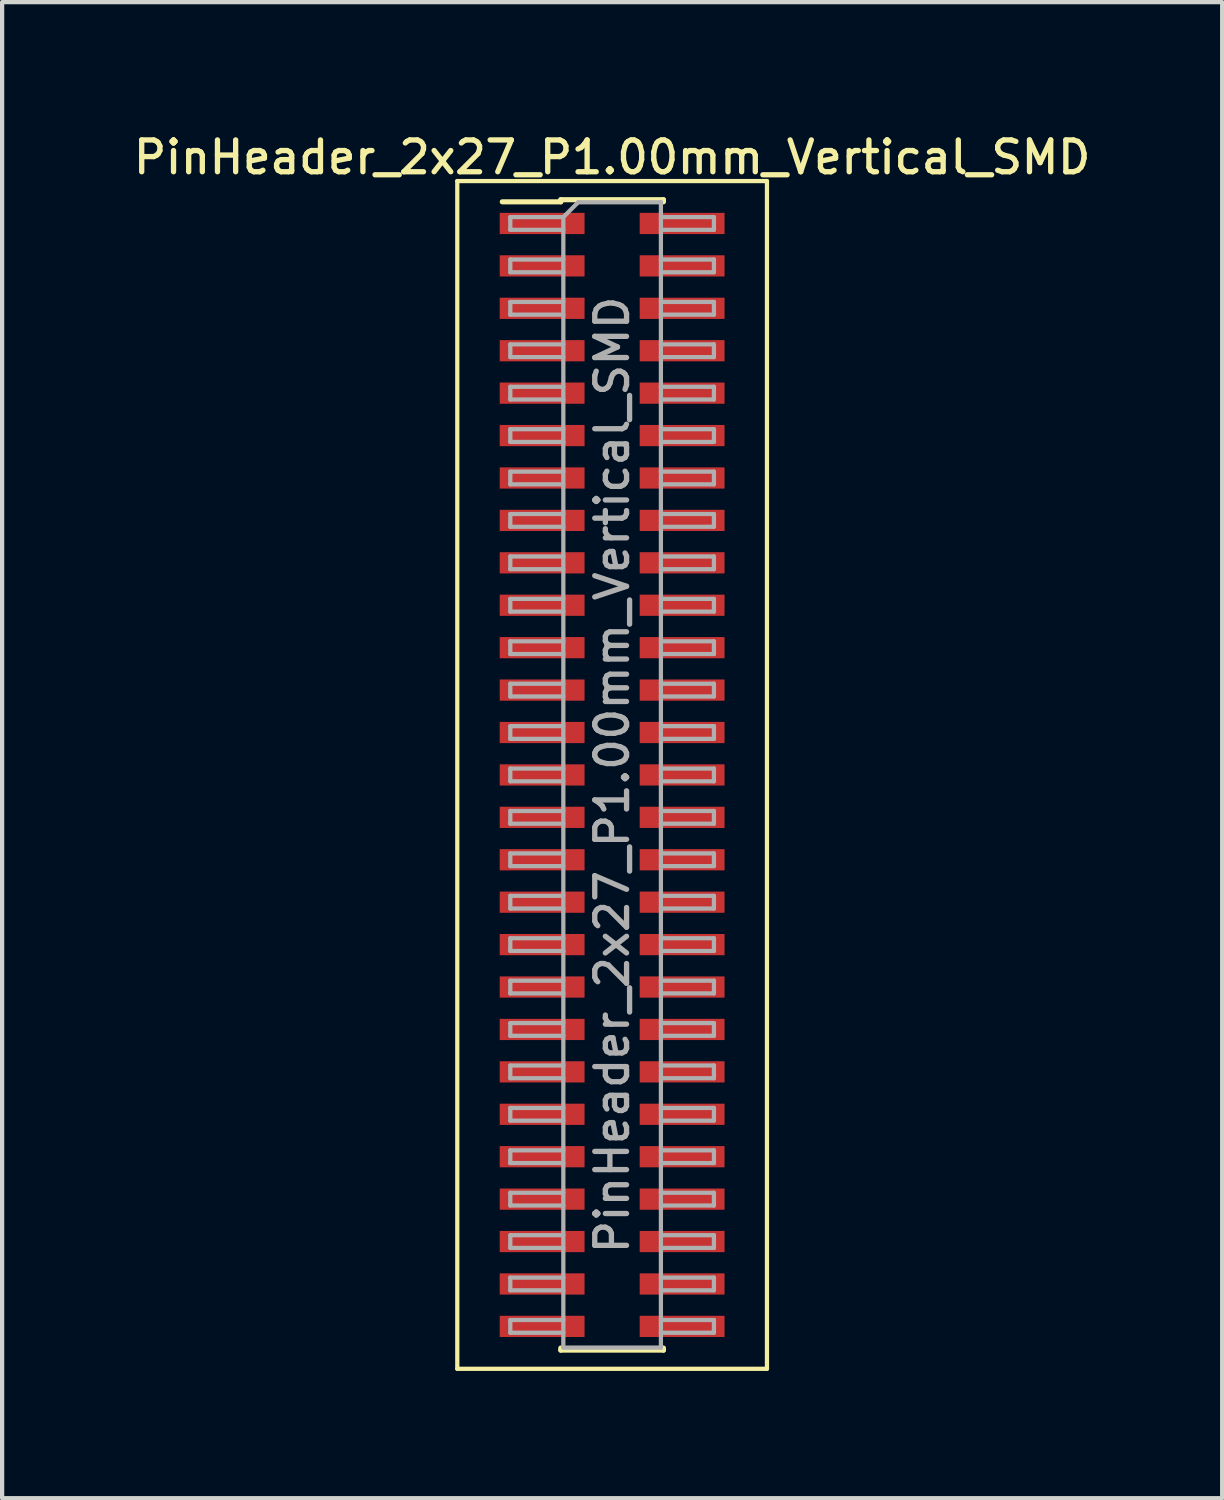
<source format=kicad_pcb>
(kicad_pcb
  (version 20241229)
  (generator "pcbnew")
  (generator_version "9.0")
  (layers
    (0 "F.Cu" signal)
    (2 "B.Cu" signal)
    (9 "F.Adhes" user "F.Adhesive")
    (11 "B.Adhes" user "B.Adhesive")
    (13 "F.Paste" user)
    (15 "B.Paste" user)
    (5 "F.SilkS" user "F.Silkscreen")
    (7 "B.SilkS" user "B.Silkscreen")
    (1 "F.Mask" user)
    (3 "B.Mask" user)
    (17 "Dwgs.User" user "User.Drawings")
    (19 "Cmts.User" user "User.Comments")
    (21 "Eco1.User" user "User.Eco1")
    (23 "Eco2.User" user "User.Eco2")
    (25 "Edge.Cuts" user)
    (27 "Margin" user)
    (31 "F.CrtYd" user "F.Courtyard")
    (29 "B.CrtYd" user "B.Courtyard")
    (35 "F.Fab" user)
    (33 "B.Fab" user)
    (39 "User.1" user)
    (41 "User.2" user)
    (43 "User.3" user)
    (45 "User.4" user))
  (footprint "PinHeader_2x27_P1.00mm_Vertical_SMD"
    (layer "F.Cu")
    (at 11.38 15.218)
    (property "Reference" "PinHeader_2x27_P1.00mm_Vertical_SMD" (at 0 -14.56 0) (layer "F.SilkS") (effects (font (size 0.75 0.75) (thickness 0.125))))
    (attr smd)
    (fp_line (start -3.65 -14) (end -3.65 14) (stroke (width 0.1) (type solid)) (layer "F.SilkS"))
    (fp_line (start -3.65 14) (end 3.65 14) (stroke (width 0.1) (type solid)) (layer "F.SilkS"))
    (fp_line (start -2.59 -13.51) (end -1.21 -13.51) (stroke (width 0.12) (type solid)) (layer "F.SilkS"))
    (fp_line (start -1.21 -13.56) (end -1.21 -13.51) (stroke (width 0.12) (type solid)) (layer "F.SilkS"))
    (fp_line (start -1.21 -13.56) (end 1.21 -13.56) (stroke (width 0.12) (type solid)) (layer "F.SilkS"))
    (fp_line (start -1.21 13.51) (end -1.21 13.56) (stroke (width 0.12) (type solid)) (layer "F.SilkS"))
    (fp_line (start -1.21 13.56) (end 1.21 13.56) (stroke (width 0.12) (type solid)) (layer "F.SilkS"))
    (fp_line (start 1.21 -13.56) (end 1.21 -13.51) (stroke (width 0.12) (type solid)) (layer "F.SilkS"))
    (fp_line (start 1.21 13.51) (end 1.21 13.56) (stroke (width 0.12) (type solid)) (layer "F.SilkS"))
    (fp_line (start 3.65 -14) (end -3.65 -14) (stroke (width 0.1) (type solid)) (layer "F.SilkS"))
    (fp_line (start 3.65 14) (end 3.65 -14) (stroke (width 0.1) (type solid)) (layer "F.SilkS"))
    (fp_line (start -2.4 -13.15) (end -2.4 -12.85) (stroke (width 0.1) (type solid)) (layer "F.Fab"))
    (fp_line (start -2.4 -12.85) (end -1.15 -12.85) (stroke (width 0.1) (type solid)) (layer "F.Fab"))
    (fp_line (start -2.4 -12.15) (end -2.4 -11.85) (stroke (width 0.1) (type solid)) (layer "F.Fab"))
    (fp_line (start -2.4 -11.85) (end -1.15 -11.85) (stroke (width 0.1) (type solid)) (layer "F.Fab"))
    (fp_line (start -2.4 -11.15) (end -2.4 -10.85) (stroke (width 0.1) (type solid)) (layer "F.Fab"))
    (fp_line (start -2.4 -10.85) (end -1.15 -10.85) (stroke (width 0.1) (type solid)) (layer "F.Fab"))
    (fp_line (start -2.4 -10.15) (end -2.4 -9.85) (stroke (width 0.1) (type solid)) (layer "F.Fab"))
    (fp_line (start -2.4 -9.85) (end -1.15 -9.85) (stroke (width 0.1) (type solid)) (layer "F.Fab"))
    (fp_line (start -2.4 -9.15) (end -2.4 -8.85) (stroke (width 0.1) (type solid)) (layer "F.Fab"))
    (fp_line (start -2.4 -8.85) (end -1.15 -8.85) (stroke (width 0.1) (type solid)) (layer "F.Fab"))
    (fp_line (start -2.4 -8.15) (end -2.4 -7.85) (stroke (width 0.1) (type solid)) (layer "F.Fab"))
    (fp_line (start -2.4 -7.85) (end -1.15 -7.85) (stroke (width 0.1) (type solid)) (layer "F.Fab"))
    (fp_line (start -2.4 -7.15) (end -2.4 -6.85) (stroke (width 0.1) (type solid)) (layer "F.Fab"))
    (fp_line (start -2.4 -6.85) (end -1.15 -6.85) (stroke (width 0.1) (type solid)) (layer "F.Fab"))
    (fp_line (start -2.4 -6.15) (end -2.4 -5.85) (stroke (width 0.1) (type solid)) (layer "F.Fab"))
    (fp_line (start -2.4 -5.85) (end -1.15 -5.85) (stroke (width 0.1) (type solid)) (layer "F.Fab"))
    (fp_line (start -2.4 -5.15) (end -2.4 -4.85) (stroke (width 0.1) (type solid)) (layer "F.Fab"))
    (fp_line (start -2.4 -4.85) (end -1.15 -4.85) (stroke (width 0.1) (type solid)) (layer "F.Fab"))
    (fp_line (start -2.4 -4.15) (end -2.4 -3.85) (stroke (width 0.1) (type solid)) (layer "F.Fab"))
    (fp_line (start -2.4 -3.85) (end -1.15 -3.85) (stroke (width 0.1) (type solid)) (layer "F.Fab"))
    (fp_line (start -2.4 -3.15) (end -2.4 -2.85) (stroke (width 0.1) (type solid)) (layer "F.Fab"))
    (fp_line (start -2.4 -2.85) (end -1.15 -2.85) (stroke (width 0.1) (type solid)) (layer "F.Fab"))
    (fp_line (start -2.4 -2.15) (end -2.4 -1.85) (stroke (width 0.1) (type solid)) (layer "F.Fab"))
    (fp_line (start -2.4 -1.85) (end -1.15 -1.85) (stroke (width 0.1) (type solid)) (layer "F.Fab"))
    (fp_line (start -2.4 -1.15) (end -2.4 -0.85) (stroke (width 0.1) (type solid)) (layer "F.Fab"))
    (fp_line (start -2.4 -0.85) (end -1.15 -0.85) (stroke (width 0.1) (type solid)) (layer "F.Fab"))
    (fp_line (start -2.4 -0.15) (end -2.4 0.15) (stroke (width 0.1) (type solid)) (layer "F.Fab"))
    (fp_line (start -2.4 0.15) (end -1.15 0.15) (stroke (width 0.1) (type solid)) (layer "F.Fab"))
    (fp_line (start -2.4 0.85) (end -2.4 1.15) (stroke (width 0.1) (type solid)) (layer "F.Fab"))
    (fp_line (start -2.4 1.15) (end -1.15 1.15) (stroke (width 0.1) (type solid)) (layer "F.Fab"))
    (fp_line (start -2.4 1.85) (end -2.4 2.15) (stroke (width 0.1) (type solid)) (layer "F.Fab"))
    (fp_line (start -2.4 2.15) (end -1.15 2.15) (stroke (width 0.1) (type solid)) (layer "F.Fab"))
    (fp_line (start -2.4 2.85) (end -2.4 3.15) (stroke (width 0.1) (type solid)) (layer "F.Fab"))
    (fp_line (start -2.4 3.15) (end -1.15 3.15) (stroke (width 0.1) (type solid)) (layer "F.Fab"))
    (fp_line (start -2.4 3.85) (end -2.4 4.15) (stroke (width 0.1) (type solid)) (layer "F.Fab"))
    (fp_line (start -2.4 4.15) (end -1.15 4.15) (stroke (width 0.1) (type solid)) (layer "F.Fab"))
    (fp_line (start -2.4 4.85) (end -2.4 5.15) (stroke (width 0.1) (type solid)) (layer "F.Fab"))
    (fp_line (start -2.4 5.15) (end -1.15 5.15) (stroke (width 0.1) (type solid)) (layer "F.Fab"))
    (fp_line (start -2.4 5.85) (end -2.4 6.15) (stroke (width 0.1) (type solid)) (layer "F.Fab"))
    (fp_line (start -2.4 6.15) (end -1.15 6.15) (stroke (width 0.1) (type solid)) (layer "F.Fab"))
    (fp_line (start -2.4 6.85) (end -2.4 7.15) (stroke (width 0.1) (type solid)) (layer "F.Fab"))
    (fp_line (start -2.4 7.15) (end -1.15 7.15) (stroke (width 0.1) (type solid)) (layer "F.Fab"))
    (fp_line (start -2.4 7.85) (end -2.4 8.15) (stroke (width 0.1) (type solid)) (layer "F.Fab"))
    (fp_line (start -2.4 8.15) (end -1.15 8.15) (stroke (width 0.1) (type solid)) (layer "F.Fab"))
    (fp_line (start -2.4 8.85) (end -2.4 9.15) (stroke (width 0.1) (type solid)) (layer "F.Fab"))
    (fp_line (start -2.4 9.15) (end -1.15 9.15) (stroke (width 0.1) (type solid)) (layer "F.Fab"))
    (fp_line (start -2.4 9.85) (end -2.4 10.15) (stroke (width 0.1) (type solid)) (layer "F.Fab"))
    (fp_line (start -2.4 10.15) (end -1.15 10.15) (stroke (width 0.1) (type solid)) (layer "F.Fab"))
    (fp_line (start -2.4 10.85) (end -2.4 11.15) (stroke (width 0.1) (type solid)) (layer "F.Fab"))
    (fp_line (start -2.4 11.15) (end -1.15 11.15) (stroke (width 0.1) (type solid)) (layer "F.Fab"))
    (fp_line (start -2.4 11.85) (end -2.4 12.15) (stroke (width 0.1) (type solid)) (layer "F.Fab"))
    (fp_line (start -2.4 12.15) (end -1.15 12.15) (stroke (width 0.1) (type solid)) (layer "F.Fab"))
    (fp_line (start -2.4 12.85) (end -2.4 13.15) (stroke (width 0.1) (type solid)) (layer "F.Fab"))
    (fp_line (start -2.4 13.15) (end -1.15 13.15) (stroke (width 0.1) (type solid)) (layer "F.Fab"))
    (fp_line (start -1.15 -13.15) (end -2.4 -13.15) (stroke (width 0.1) (type solid)) (layer "F.Fab"))
    (fp_line (start -1.15 -13.15) (end -0.8 -13.5) (stroke (width 0.1) (type solid)) (layer "F.Fab"))
    (fp_line (start -1.15 -12.15) (end -2.4 -12.15) (stroke (width 0.1) (type solid)) (layer "F.Fab"))
    (fp_line (start -1.15 -11.15) (end -2.4 -11.15) (stroke (width 0.1) (type solid)) (layer "F.Fab"))
    (fp_line (start -1.15 -10.15) (end -2.4 -10.15) (stroke (width 0.1) (type solid)) (layer "F.Fab"))
    (fp_line (start -1.15 -9.15) (end -2.4 -9.15) (stroke (width 0.1) (type solid)) (layer "F.Fab"))
    (fp_line (start -1.15 -8.15) (end -2.4 -8.15) (stroke (width 0.1) (type solid)) (layer "F.Fab"))
    (fp_line (start -1.15 -7.15) (end -2.4 -7.15) (stroke (width 0.1) (type solid)) (layer "F.Fab"))
    (fp_line (start -1.15 -6.15) (end -2.4 -6.15) (stroke (width 0.1) (type solid)) (layer "F.Fab"))
    (fp_line (start -1.15 -5.15) (end -2.4 -5.15) (stroke (width 0.1) (type solid)) (layer "F.Fab"))
    (fp_line (start -1.15 -4.15) (end -2.4 -4.15) (stroke (width 0.1) (type solid)) (layer "F.Fab"))
    (fp_line (start -1.15 -3.15) (end -2.4 -3.15) (stroke (width 0.1) (type solid)) (layer "F.Fab"))
    (fp_line (start -1.15 -2.15) (end -2.4 -2.15) (stroke (width 0.1) (type solid)) (layer "F.Fab"))
    (fp_line (start -1.15 -1.15) (end -2.4 -1.15) (stroke (width 0.1) (type solid)) (layer "F.Fab"))
    (fp_line (start -1.15 -0.15) (end -2.4 -0.15) (stroke (width 0.1) (type solid)) (layer "F.Fab"))
    (fp_line (start -1.15 0.85) (end -2.4 0.85) (stroke (width 0.1) (type solid)) (layer "F.Fab"))
    (fp_line (start -1.15 1.85) (end -2.4 1.85) (stroke (width 0.1) (type solid)) (layer "F.Fab"))
    (fp_line (start -1.15 2.85) (end -2.4 2.85) (stroke (width 0.1) (type solid)) (layer "F.Fab"))
    (fp_line (start -1.15 3.85) (end -2.4 3.85) (stroke (width 0.1) (type solid)) (layer "F.Fab"))
    (fp_line (start -1.15 4.85) (end -2.4 4.85) (stroke (width 0.1) (type solid)) (layer "F.Fab"))
    (fp_line (start -1.15 5.85) (end -2.4 5.85) (stroke (width 0.1) (type solid)) (layer "F.Fab"))
    (fp_line (start -1.15 6.85) (end -2.4 6.85) (stroke (width 0.1) (type solid)) (layer "F.Fab"))
    (fp_line (start -1.15 7.85) (end -2.4 7.85) (stroke (width 0.1) (type solid)) (layer "F.Fab"))
    (fp_line (start -1.15 8.85) (end -2.4 8.85) (stroke (width 0.1) (type solid)) (layer "F.Fab"))
    (fp_line (start -1.15 9.85) (end -2.4 9.85) (stroke (width 0.1) (type solid)) (layer "F.Fab"))
    (fp_line (start -1.15 10.85) (end -2.4 10.85) (stroke (width 0.1) (type solid)) (layer "F.Fab"))
    (fp_line (start -1.15 11.85) (end -2.4 11.85) (stroke (width 0.1) (type solid)) (layer "F.Fab"))
    (fp_line (start -1.15 12.85) (end -2.4 12.85) (stroke (width 0.1) (type solid)) (layer "F.Fab"))
    (fp_line (start -1.15 13.5) (end -1.15 -13.15) (stroke (width 0.1) (type solid)) (layer "F.Fab"))
    (fp_line (start -0.8 -13.5) (end 1.15 -13.5) (stroke (width 0.1) (type solid)) (layer "F.Fab"))
    (fp_line (start 1.15 -13.5) (end 1.15 13.5) (stroke (width 0.1) (type solid)) (layer "F.Fab"))
    (fp_line (start 1.15 -13.15) (end 2.4 -13.15) (stroke (width 0.1) (type solid)) (layer "F.Fab"))
    (fp_line (start 1.15 -12.15) (end 2.4 -12.15) (stroke (width 0.1) (type solid)) (layer "F.Fab"))
    (fp_line (start 1.15 -11.15) (end 2.4 -11.15) (stroke (width 0.1) (type solid)) (layer "F.Fab"))
    (fp_line (start 1.15 -10.15) (end 2.4 -10.15) (stroke (width 0.1) (type solid)) (layer "F.Fab"))
    (fp_line (start 1.15 -9.15) (end 2.4 -9.15) (stroke (width 0.1) (type solid)) (layer "F.Fab"))
    (fp_line (start 1.15 -8.15) (end 2.4 -8.15) (stroke (width 0.1) (type solid)) (layer "F.Fab"))
    (fp_line (start 1.15 -7.15) (end 2.4 -7.15) (stroke (width 0.1) (type solid)) (layer "F.Fab"))
    (fp_line (start 1.15 -6.15) (end 2.4 -6.15) (stroke (width 0.1) (type solid)) (layer "F.Fab"))
    (fp_line (start 1.15 -5.15) (end 2.4 -5.15) (stroke (width 0.1) (type solid)) (layer "F.Fab"))
    (fp_line (start 1.15 -4.15) (end 2.4 -4.15) (stroke (width 0.1) (type solid)) (layer "F.Fab"))
    (fp_line (start 1.15 -3.15) (end 2.4 -3.15) (stroke (width 0.1) (type solid)) (layer "F.Fab"))
    (fp_line (start 1.15 -2.15) (end 2.4 -2.15) (stroke (width 0.1) (type solid)) (layer "F.Fab"))
    (fp_line (start 1.15 -1.15) (end 2.4 -1.15) (stroke (width 0.1) (type solid)) (layer "F.Fab"))
    (fp_line (start 1.15 -0.15) (end 2.4 -0.15) (stroke (width 0.1) (type solid)) (layer "F.Fab"))
    (fp_line (start 1.15 0.85) (end 2.4 0.85) (stroke (width 0.1) (type solid)) (layer "F.Fab"))
    (fp_line (start 1.15 1.85) (end 2.4 1.85) (stroke (width 0.1) (type solid)) (layer "F.Fab"))
    (fp_line (start 1.15 2.85) (end 2.4 2.85) (stroke (width 0.1) (type solid)) (layer "F.Fab"))
    (fp_line (start 1.15 3.85) (end 2.4 3.85) (stroke (width 0.1) (type solid)) (layer "F.Fab"))
    (fp_line (start 1.15 4.85) (end 2.4 4.85) (stroke (width 0.1) (type solid)) (layer "F.Fab"))
    (fp_line (start 1.15 5.85) (end 2.4 5.85) (stroke (width 0.1) (type solid)) (layer "F.Fab"))
    (fp_line (start 1.15 6.85) (end 2.4 6.85) (stroke (width 0.1) (type solid)) (layer "F.Fab"))
    (fp_line (start 1.15 7.85) (end 2.4 7.85) (stroke (width 0.1) (type solid)) (layer "F.Fab"))
    (fp_line (start 1.15 8.85) (end 2.4 8.85) (stroke (width 0.1) (type solid)) (layer "F.Fab"))
    (fp_line (start 1.15 9.85) (end 2.4 9.85) (stroke (width 0.1) (type solid)) (layer "F.Fab"))
    (fp_line (start 1.15 10.85) (end 2.4 10.85) (stroke (width 0.1) (type solid)) (layer "F.Fab"))
    (fp_line (start 1.15 11.85) (end 2.4 11.85) (stroke (width 0.1) (type solid)) (layer "F.Fab"))
    (fp_line (start 1.15 12.85) (end 2.4 12.85) (stroke (width 0.1) (type solid)) (layer "F.Fab"))
    (fp_line (start 1.15 13.5) (end -1.15 13.5) (stroke (width 0.1) (type solid)) (layer "F.Fab"))
    (fp_line (start 2.4 -13.15) (end 2.4 -12.85) (stroke (width 0.1) (type solid)) (layer "F.Fab"))
    (fp_line (start 2.4 -12.85) (end 1.15 -12.85) (stroke (width 0.1) (type solid)) (layer "F.Fab"))
    (fp_line (start 2.4 -12.15) (end 2.4 -11.85) (stroke (width 0.1) (type solid)) (layer "F.Fab"))
    (fp_line (start 2.4 -11.85) (end 1.15 -11.85) (stroke (width 0.1) (type solid)) (layer "F.Fab"))
    (fp_line (start 2.4 -11.15) (end 2.4 -10.85) (stroke (width 0.1) (type solid)) (layer "F.Fab"))
    (fp_line (start 2.4 -10.85) (end 1.15 -10.85) (stroke (width 0.1) (type solid)) (layer "F.Fab"))
    (fp_line (start 2.4 -10.15) (end 2.4 -9.85) (stroke (width 0.1) (type solid)) (layer "F.Fab"))
    (fp_line (start 2.4 -9.85) (end 1.15 -9.85) (stroke (width 0.1) (type solid)) (layer "F.Fab"))
    (fp_line (start 2.4 -9.15) (end 2.4 -8.85) (stroke (width 0.1) (type solid)) (layer "F.Fab"))
    (fp_line (start 2.4 -8.85) (end 1.15 -8.85) (stroke (width 0.1) (type solid)) (layer "F.Fab"))
    (fp_line (start 2.4 -8.15) (end 2.4 -7.85) (stroke (width 0.1) (type solid)) (layer "F.Fab"))
    (fp_line (start 2.4 -7.85) (end 1.15 -7.85) (stroke (width 0.1) (type solid)) (layer "F.Fab"))
    (fp_line (start 2.4 -7.15) (end 2.4 -6.85) (stroke (width 0.1) (type solid)) (layer "F.Fab"))
    (fp_line (start 2.4 -6.85) (end 1.15 -6.85) (stroke (width 0.1) (type solid)) (layer "F.Fab"))
    (fp_line (start 2.4 -6.15) (end 2.4 -5.85) (stroke (width 0.1) (type solid)) (layer "F.Fab"))
    (fp_line (start 2.4 -5.85) (end 1.15 -5.85) (stroke (width 0.1) (type solid)) (layer "F.Fab"))
    (fp_line (start 2.4 -5.15) (end 2.4 -4.85) (stroke (width 0.1) (type solid)) (layer "F.Fab"))
    (fp_line (start 2.4 -4.85) (end 1.15 -4.85) (stroke (width 0.1) (type solid)) (layer "F.Fab"))
    (fp_line (start 2.4 -4.15) (end 2.4 -3.85) (stroke (width 0.1) (type solid)) (layer "F.Fab"))
    (fp_line (start 2.4 -3.85) (end 1.15 -3.85) (stroke (width 0.1) (type solid)) (layer "F.Fab"))
    (fp_line (start 2.4 -3.15) (end 2.4 -2.85) (stroke (width 0.1) (type solid)) (layer "F.Fab"))
    (fp_line (start 2.4 -2.85) (end 1.15 -2.85) (stroke (width 0.1) (type solid)) (layer "F.Fab"))
    (fp_line (start 2.4 -2.15) (end 2.4 -1.85) (stroke (width 0.1) (type solid)) (layer "F.Fab"))
    (fp_line (start 2.4 -1.85) (end 1.15 -1.85) (stroke (width 0.1) (type solid)) (layer "F.Fab"))
    (fp_line (start 2.4 -1.15) (end 2.4 -0.85) (stroke (width 0.1) (type solid)) (layer "F.Fab"))
    (fp_line (start 2.4 -0.85) (end 1.15 -0.85) (stroke (width 0.1) (type solid)) (layer "F.Fab"))
    (fp_line (start 2.4 -0.15) (end 2.4 0.15) (stroke (width 0.1) (type solid)) (layer "F.Fab"))
    (fp_line (start 2.4 0.15) (end 1.15 0.15) (stroke (width 0.1) (type solid)) (layer "F.Fab"))
    (fp_line (start 2.4 0.85) (end 2.4 1.15) (stroke (width 0.1) (type solid)) (layer "F.Fab"))
    (fp_line (start 2.4 1.15) (end 1.15 1.15) (stroke (width 0.1) (type solid)) (layer "F.Fab"))
    (fp_line (start 2.4 1.85) (end 2.4 2.15) (stroke (width 0.1) (type solid)) (layer "F.Fab"))
    (fp_line (start 2.4 2.15) (end 1.15 2.15) (stroke (width 0.1) (type solid)) (layer "F.Fab"))
    (fp_line (start 2.4 2.85) (end 2.4 3.15) (stroke (width 0.1) (type solid)) (layer "F.Fab"))
    (fp_line (start 2.4 3.15) (end 1.15 3.15) (stroke (width 0.1) (type solid)) (layer "F.Fab"))
    (fp_line (start 2.4 3.85) (end 2.4 4.15) (stroke (width 0.1) (type solid)) (layer "F.Fab"))
    (fp_line (start 2.4 4.15) (end 1.15 4.15) (stroke (width 0.1) (type solid)) (layer "F.Fab"))
    (fp_line (start 2.4 4.85) (end 2.4 5.15) (stroke (width 0.1) (type solid)) (layer "F.Fab"))
    (fp_line (start 2.4 5.15) (end 1.15 5.15) (stroke (width 0.1) (type solid)) (layer "F.Fab"))
    (fp_line (start 2.4 5.85) (end 2.4 6.15) (stroke (width 0.1) (type solid)) (layer "F.Fab"))
    (fp_line (start 2.4 6.15) (end 1.15 6.15) (stroke (width 0.1) (type solid)) (layer "F.Fab"))
    (fp_line (start 2.4 6.85) (end 2.4 7.15) (stroke (width 0.1) (type solid)) (layer "F.Fab"))
    (fp_line (start 2.4 7.15) (end 1.15 7.15) (stroke (width 0.1) (type solid)) (layer "F.Fab"))
    (fp_line (start 2.4 7.85) (end 2.4 8.15) (stroke (width 0.1) (type solid)) (layer "F.Fab"))
    (fp_line (start 2.4 8.15) (end 1.15 8.15) (stroke (width 0.1) (type solid)) (layer "F.Fab"))
    (fp_line (start 2.4 8.85) (end 2.4 9.15) (stroke (width 0.1) (type solid)) (layer "F.Fab"))
    (fp_line (start 2.4 9.15) (end 1.15 9.15) (stroke (width 0.1) (type solid)) (layer "F.Fab"))
    (fp_line (start 2.4 9.85) (end 2.4 10.15) (stroke (width 0.1) (type solid)) (layer "F.Fab"))
    (fp_line (start 2.4 10.15) (end 1.15 10.15) (stroke (width 0.1) (type solid)) (layer "F.Fab"))
    (fp_line (start 2.4 10.85) (end 2.4 11.15) (stroke (width 0.1) (type solid)) (layer "F.Fab"))
    (fp_line (start 2.4 11.15) (end 1.15 11.15) (stroke (width 0.1) (type solid)) (layer "F.Fab"))
    (fp_line (start 2.4 11.85) (end 2.4 12.15) (stroke (width 0.1) (type solid)) (layer "F.Fab"))
    (fp_line (start 2.4 12.15) (end 1.15 12.15) (stroke (width 0.1) (type solid)) (layer "F.Fab"))
    (fp_line (start 2.4 12.85) (end 2.4 13.15) (stroke (width 0.1) (type solid)) (layer "F.Fab"))
    (fp_line (start 2.4 13.15) (end 1.15 13.15) (stroke (width 0.1) (type solid)) (layer "F.Fab"))
    (fp_text user "${REFERENCE}" (at 0 0 90) (layer "F.Fab") (effects (font (size 0.75 0.75) (thickness 0.125))))
    (pad "1" smd rect (at -1.65 -13) (size 2 0.5) (layers "F.Cu" "F.Mask" "F.Paste"))
    (pad "2" smd rect (at 1.65 -13) (size 2 0.5) (layers "F.Cu" "F.Mask" "F.Paste"))
    (pad "3" smd rect (at -1.65 -12) (size 2 0.5) (layers "F.Cu" "F.Mask" "F.Paste"))
    (pad "4" smd rect (at 1.65 -12) (size 2 0.5) (layers "F.Cu" "F.Mask" "F.Paste"))
    (pad "5" smd rect (at -1.65 -11) (size 2 0.5) (layers "F.Cu" "F.Mask" "F.Paste"))
    (pad "6" smd rect (at 1.65 -11) (size 2 0.5) (layers "F.Cu" "F.Mask" "F.Paste"))
    (pad "7" smd rect (at -1.65 -10) (size 2 0.5) (layers "F.Cu" "F.Mask" "F.Paste"))
    (pad "8" smd rect (at 1.65 -10) (size 2 0.5) (layers "F.Cu" "F.Mask" "F.Paste"))
    (pad "9" smd rect (at -1.65 -9) (size 2 0.5) (layers "F.Cu" "F.Mask" "F.Paste"))
    (pad "10" smd rect (at 1.65 -9) (size 2 0.5) (layers "F.Cu" "F.Mask" "F.Paste"))
    (pad "11" smd rect (at -1.65 -8) (size 2 0.5) (layers "F.Cu" "F.Mask" "F.Paste"))
    (pad "12" smd rect (at 1.65 -8) (size 2 0.5) (layers "F.Cu" "F.Mask" "F.Paste"))
    (pad "13" smd rect (at -1.65 -7) (size 2 0.5) (layers "F.Cu" "F.Mask" "F.Paste"))
    (pad "14" smd rect (at 1.65 -7) (size 2 0.5) (layers "F.Cu" "F.Mask" "F.Paste"))
    (pad "15" smd rect (at -1.65 -6) (size 2 0.5) (layers "F.Cu" "F.Mask" "F.Paste"))
    (pad "16" smd rect (at 1.65 -6) (size 2 0.5) (layers "F.Cu" "F.Mask" "F.Paste"))
    (pad "17" smd rect (at -1.65 -5) (size 2 0.5) (layers "F.Cu" "F.Mask" "F.Paste"))
    (pad "18" smd rect (at 1.65 -5) (size 2 0.5) (layers "F.Cu" "F.Mask" "F.Paste"))
    (pad "19" smd rect (at -1.65 -4) (size 2 0.5) (layers "F.Cu" "F.Mask" "F.Paste"))
    (pad "20" smd rect (at 1.65 -4) (size 2 0.5) (layers "F.Cu" "F.Mask" "F.Paste"))
    (pad "21" smd rect (at -1.65 -3) (size 2 0.5) (layers "F.Cu" "F.Mask" "F.Paste"))
    (pad "22" smd rect (at 1.65 -3) (size 2 0.5) (layers "F.Cu" "F.Mask" "F.Paste"))
    (pad "23" smd rect (at -1.65 -2) (size 2 0.5) (layers "F.Cu" "F.Mask" "F.Paste"))
    (pad "24" smd rect (at 1.65 -2) (size 2 0.5) (layers "F.Cu" "F.Mask" "F.Paste"))
    (pad "25" smd rect (at -1.65 -1) (size 2 0.5) (layers "F.Cu" "F.Mask" "F.Paste"))
    (pad "26" smd rect (at 1.65 -1) (size 2 0.5) (layers "F.Cu" "F.Mask" "F.Paste"))
    (pad "27" smd rect (at -1.65 0) (size 2 0.5) (layers "F.Cu" "F.Mask" "F.Paste"))
    (pad "28" smd rect (at 1.65 0) (size 2 0.5) (layers "F.Cu" "F.Mask" "F.Paste"))
    (pad "29" smd rect (at -1.65 1) (size 2 0.5) (layers "F.Cu" "F.Mask" "F.Paste"))
    (pad "30" smd rect (at 1.65 1) (size 2 0.5) (layers "F.Cu" "F.Mask" "F.Paste"))
    (pad "31" smd rect (at -1.65 2) (size 2 0.5) (layers "F.Cu" "F.Mask" "F.Paste"))
    (pad "32" smd rect (at 1.65 2) (size 2 0.5) (layers "F.Cu" "F.Mask" "F.Paste"))
    (pad "33" smd rect (at -1.65 3) (size 2 0.5) (layers "F.Cu" "F.Mask" "F.Paste"))
    (pad "34" smd rect (at 1.65 3) (size 2 0.5) (layers "F.Cu" "F.Mask" "F.Paste"))
    (pad "35" smd rect (at -1.65 4) (size 2 0.5) (layers "F.Cu" "F.Mask" "F.Paste"))
    (pad "36" smd rect (at 1.65 4) (size 2 0.5) (layers "F.Cu" "F.Mask" "F.Paste"))
    (pad "37" smd rect (at -1.65 5) (size 2 0.5) (layers "F.Cu" "F.Mask" "F.Paste"))
    (pad "38" smd rect (at 1.65 5) (size 2 0.5) (layers "F.Cu" "F.Mask" "F.Paste"))
    (pad "39" smd rect (at -1.65 6) (size 2 0.5) (layers "F.Cu" "F.Mask" "F.Paste"))
    (pad "40" smd rect (at 1.65 6) (size 2 0.5) (layers "F.Cu" "F.Mask" "F.Paste"))
    (pad "41" smd rect (at -1.65 7) (size 2 0.5) (layers "F.Cu" "F.Mask" "F.Paste"))
    (pad "42" smd rect (at 1.65 7) (size 2 0.5) (layers "F.Cu" "F.Mask" "F.Paste"))
    (pad "43" smd rect (at -1.65 8) (size 2 0.5) (layers "F.Cu" "F.Mask" "F.Paste"))
    (pad "44" smd rect (at 1.65 8) (size 2 0.5) (layers "F.Cu" "F.Mask" "F.Paste"))
    (pad "45" smd rect (at -1.65 9) (size 2 0.5) (layers "F.Cu" "F.Mask" "F.Paste"))
    (pad "46" smd rect (at 1.65 9) (size 2 0.5) (layers "F.Cu" "F.Mask" "F.Paste"))
    (pad "47" smd rect (at -1.65 10) (size 2 0.5) (layers "F.Cu" "F.Mask" "F.Paste"))
    (pad "48" smd rect (at 1.65 10) (size 2 0.5) (layers "F.Cu" "F.Mask" "F.Paste"))
    (pad "49" smd rect (at -1.65 11) (size 2 0.5) (layers "F.Cu" "F.Mask" "F.Paste"))
    (pad "50" smd rect (at 1.65 11) (size 2 0.5) (layers "F.Cu" "F.Mask" "F.Paste"))
    (pad "51" smd rect (at -1.65 12) (size 2 0.5) (layers "F.Cu" "F.Mask" "F.Paste"))
    (pad "52" smd rect (at 1.65 12) (size 2 0.5) (layers "F.Cu" "F.Mask" "F.Paste"))
    (pad "53" smd rect (at -1.65 13) (size 2 0.5) (layers "F.Cu" "F.Mask" "F.Paste"))
    (pad "54" smd rect (at 1.65 13) (size 2 0.5) (layers "F.Cu" "F.Mask" "F.Paste")))
  (gr_rect
    (start -3 -3)
    (end 25.761 32.268)
    (stroke (width 0.1) (type default))
    (fill no)
    (layer "Edge.Cuts")))
</source>
